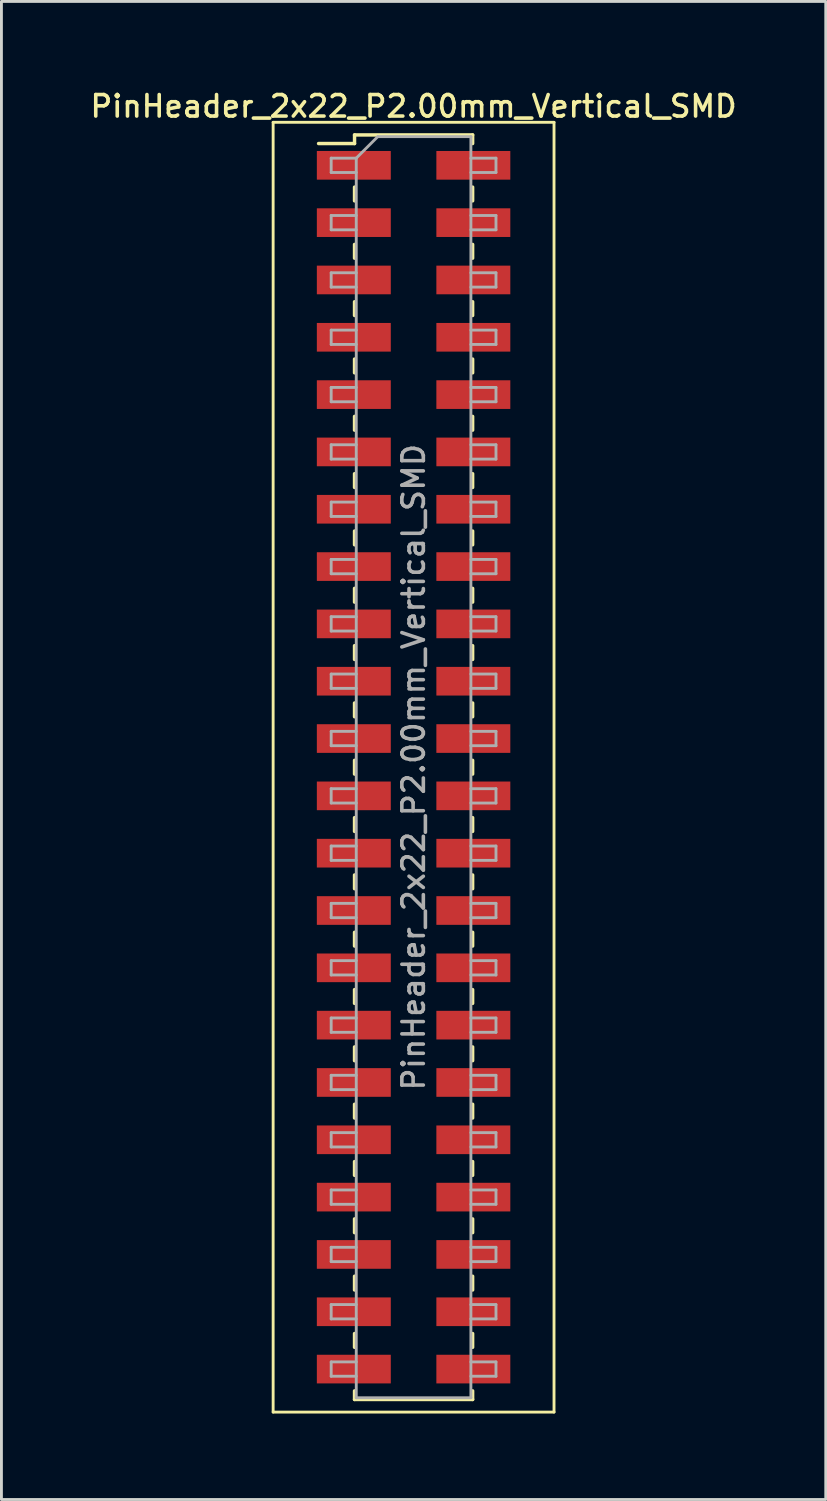
<source format=kicad_pcb>
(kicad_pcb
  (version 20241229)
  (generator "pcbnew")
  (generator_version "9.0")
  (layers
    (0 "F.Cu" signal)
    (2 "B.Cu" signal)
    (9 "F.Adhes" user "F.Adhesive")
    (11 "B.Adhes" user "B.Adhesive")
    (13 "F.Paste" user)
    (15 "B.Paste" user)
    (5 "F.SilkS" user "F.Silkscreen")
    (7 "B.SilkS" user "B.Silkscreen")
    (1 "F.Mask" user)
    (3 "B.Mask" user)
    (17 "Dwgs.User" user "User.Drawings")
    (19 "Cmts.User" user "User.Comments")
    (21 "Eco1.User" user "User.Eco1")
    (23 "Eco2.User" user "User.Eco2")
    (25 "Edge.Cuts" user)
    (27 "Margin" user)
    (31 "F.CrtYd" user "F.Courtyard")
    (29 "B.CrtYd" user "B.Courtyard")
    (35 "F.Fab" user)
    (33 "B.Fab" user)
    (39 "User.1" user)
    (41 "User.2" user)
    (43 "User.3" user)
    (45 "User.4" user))
  (footprint "PinHeader_2x22_P2.00mm_Vertical_SMD"
    (layer "F.Cu")
    (at 11.38 23.718)
    (property "Reference" "PinHeader_2x22_P2.00mm_Vertical_SMD" (at 0 -23.06 0) (layer "F.SilkS") (effects (font (size 0.75 0.75) (thickness 0.125))))
    (attr smd)
    (fp_line (start -4.9 -22.5) (end -4.9 22.5) (stroke (width 0.1) (type solid)) (layer "F.SilkS"))
    (fp_line (start -4.9 22.5) (end 4.9 22.5) (stroke (width 0.1) (type solid)) (layer "F.SilkS"))
    (fp_line (start -3.315 -21.76) (end -2.06 -21.76) (stroke (width 0.12) (type solid)) (layer "F.SilkS"))
    (fp_line (start -2.06 -22.06) (end -2.06 -21.76) (stroke (width 0.12) (type solid)) (layer "F.SilkS"))
    (fp_line (start -2.06 -22.06) (end 2.06 -22.06) (stroke (width 0.12) (type solid)) (layer "F.SilkS"))
    (fp_line (start -2.06 -20.24) (end -2.06 -19.76) (stroke (width 0.12) (type solid)) (layer "F.SilkS"))
    (fp_line (start -2.06 -18.24) (end -2.06 -17.76) (stroke (width 0.12) (type solid)) (layer "F.SilkS"))
    (fp_line (start -2.06 -16.24) (end -2.06 -15.76) (stroke (width 0.12) (type solid)) (layer "F.SilkS"))
    (fp_line (start -2.06 -14.24) (end -2.06 -13.76) (stroke (width 0.12) (type solid)) (layer "F.SilkS"))
    (fp_line (start -2.06 -12.24) (end -2.06 -11.76) (stroke (width 0.12) (type solid)) (layer "F.SilkS"))
    (fp_line (start -2.06 -10.24) (end -2.06 -9.76) (stroke (width 0.12) (type solid)) (layer "F.SilkS"))
    (fp_line (start -2.06 -8.24) (end -2.06 -7.76) (stroke (width 0.12) (type solid)) (layer "F.SilkS"))
    (fp_line (start -2.06 -6.24) (end -2.06 -5.76) (stroke (width 0.12) (type solid)) (layer "F.SilkS"))
    (fp_line (start -2.06 -4.24) (end -2.06 -3.76) (stroke (width 0.12) (type solid)) (layer "F.SilkS"))
    (fp_line (start -2.06 -2.24) (end -2.06 -1.76) (stroke (width 0.12) (type solid)) (layer "F.SilkS"))
    (fp_line (start -2.06 -0.24) (end -2.06 0.24) (stroke (width 0.12) (type solid)) (layer "F.SilkS"))
    (fp_line (start -2.06 1.76) (end -2.06 2.24) (stroke (width 0.12) (type solid)) (layer "F.SilkS"))
    (fp_line (start -2.06 3.76) (end -2.06 4.24) (stroke (width 0.12) (type solid)) (layer "F.SilkS"))
    (fp_line (start -2.06 5.76) (end -2.06 6.24) (stroke (width 0.12) (type solid)) (layer "F.SilkS"))
    (fp_line (start -2.06 7.76) (end -2.06 8.24) (stroke (width 0.12) (type solid)) (layer "F.SilkS"))
    (fp_line (start -2.06 9.76) (end -2.06 10.24) (stroke (width 0.12) (type solid)) (layer "F.SilkS"))
    (fp_line (start -2.06 11.76) (end -2.06 12.24) (stroke (width 0.12) (type solid)) (layer "F.SilkS"))
    (fp_line (start -2.06 13.76) (end -2.06 14.24) (stroke (width 0.12) (type solid)) (layer "F.SilkS"))
    (fp_line (start -2.06 15.76) (end -2.06 16.24) (stroke (width 0.12) (type solid)) (layer "F.SilkS"))
    (fp_line (start -2.06 17.76) (end -2.06 18.24) (stroke (width 0.12) (type solid)) (layer "F.SilkS"))
    (fp_line (start -2.06 19.76) (end -2.06 20.24) (stroke (width 0.12) (type solid)) (layer "F.SilkS"))
    (fp_line (start -2.06 21.76) (end -2.06 22.06) (stroke (width 0.12) (type solid)) (layer "F.SilkS"))
    (fp_line (start -2.06 22.06) (end 2.06 22.06) (stroke (width 0.12) (type solid)) (layer "F.SilkS"))
    (fp_line (start 2.06 -22.06) (end 2.06 -21.76) (stroke (width 0.12) (type solid)) (layer "F.SilkS"))
    (fp_line (start 2.06 -20.24) (end 2.06 -19.76) (stroke (width 0.12) (type solid)) (layer "F.SilkS"))
    (fp_line (start 2.06 -18.24) (end 2.06 -17.76) (stroke (width 0.12) (type solid)) (layer "F.SilkS"))
    (fp_line (start 2.06 -16.24) (end 2.06 -15.76) (stroke (width 0.12) (type solid)) (layer "F.SilkS"))
    (fp_line (start 2.06 -14.24) (end 2.06 -13.76) (stroke (width 0.12) (type solid)) (layer "F.SilkS"))
    (fp_line (start 2.06 -12.24) (end 2.06 -11.76) (stroke (width 0.12) (type solid)) (layer "F.SilkS"))
    (fp_line (start 2.06 -10.24) (end 2.06 -9.76) (stroke (width 0.12) (type solid)) (layer "F.SilkS"))
    (fp_line (start 2.06 -8.24) (end 2.06 -7.76) (stroke (width 0.12) (type solid)) (layer "F.SilkS"))
    (fp_line (start 2.06 -6.24) (end 2.06 -5.76) (stroke (width 0.12) (type solid)) (layer "F.SilkS"))
    (fp_line (start 2.06 -4.24) (end 2.06 -3.76) (stroke (width 0.12) (type solid)) (layer "F.SilkS"))
    (fp_line (start 2.06 -2.24) (end 2.06 -1.76) (stroke (width 0.12) (type solid)) (layer "F.SilkS"))
    (fp_line (start 2.06 -0.24) (end 2.06 0.24) (stroke (width 0.12) (type solid)) (layer "F.SilkS"))
    (fp_line (start 2.06 1.76) (end 2.06 2.24) (stroke (width 0.12) (type solid)) (layer "F.SilkS"))
    (fp_line (start 2.06 3.76) (end 2.06 4.24) (stroke (width 0.12) (type solid)) (layer "F.SilkS"))
    (fp_line (start 2.06 5.76) (end 2.06 6.24) (stroke (width 0.12) (type solid)) (layer "F.SilkS"))
    (fp_line (start 2.06 7.76) (end 2.06 8.24) (stroke (width 0.12) (type solid)) (layer "F.SilkS"))
    (fp_line (start 2.06 9.76) (end 2.06 10.24) (stroke (width 0.12) (type solid)) (layer "F.SilkS"))
    (fp_line (start 2.06 11.76) (end 2.06 12.24) (stroke (width 0.12) (type solid)) (layer "F.SilkS"))
    (fp_line (start 2.06 13.76) (end 2.06 14.24) (stroke (width 0.12) (type solid)) (layer "F.SilkS"))
    (fp_line (start 2.06 15.76) (end 2.06 16.24) (stroke (width 0.12) (type solid)) (layer "F.SilkS"))
    (fp_line (start 2.06 17.76) (end 2.06 18.24) (stroke (width 0.12) (type solid)) (layer "F.SilkS"))
    (fp_line (start 2.06 19.76) (end 2.06 20.24) (stroke (width 0.12) (type solid)) (layer "F.SilkS"))
    (fp_line (start 2.06 21.76) (end 2.06 22.06) (stroke (width 0.12) (type solid)) (layer "F.SilkS"))
    (fp_line (start 4.9 -22.5) (end -4.9 -22.5) (stroke (width 0.1) (type solid)) (layer "F.SilkS"))
    (fp_line (start 4.9 22.5) (end 4.9 -22.5) (stroke (width 0.1) (type solid)) (layer "F.SilkS"))
    (fp_line (start -2.875 -21.25) (end -2.875 -20.75) (stroke (width 0.1) (type solid)) (layer "F.Fab"))
    (fp_line (start -2.875 -20.75) (end -2 -20.75) (stroke (width 0.1) (type solid)) (layer "F.Fab"))
    (fp_line (start -2.875 -19.25) (end -2.875 -18.75) (stroke (width 0.1) (type solid)) (layer "F.Fab"))
    (fp_line (start -2.875 -18.75) (end -2 -18.75) (stroke (width 0.1) (type solid)) (layer "F.Fab"))
    (fp_line (start -2.875 -17.25) (end -2.875 -16.75) (stroke (width 0.1) (type solid)) (layer "F.Fab"))
    (fp_line (start -2.875 -16.75) (end -2 -16.75) (stroke (width 0.1) (type solid)) (layer "F.Fab"))
    (fp_line (start -2.875 -15.25) (end -2.875 -14.75) (stroke (width 0.1) (type solid)) (layer "F.Fab"))
    (fp_line (start -2.875 -14.75) (end -2 -14.75) (stroke (width 0.1) (type solid)) (layer "F.Fab"))
    (fp_line (start -2.875 -13.25) (end -2.875 -12.75) (stroke (width 0.1) (type solid)) (layer "F.Fab"))
    (fp_line (start -2.875 -12.75) (end -2 -12.75) (stroke (width 0.1) (type solid)) (layer "F.Fab"))
    (fp_line (start -2.875 -11.25) (end -2.875 -10.75) (stroke (width 0.1) (type solid)) (layer "F.Fab"))
    (fp_line (start -2.875 -10.75) (end -2 -10.75) (stroke (width 0.1) (type solid)) (layer "F.Fab"))
    (fp_line (start -2.875 -9.25) (end -2.875 -8.75) (stroke (width 0.1) (type solid)) (layer "F.Fab"))
    (fp_line (start -2.875 -8.75) (end -2 -8.75) (stroke (width 0.1) (type solid)) (layer "F.Fab"))
    (fp_line (start -2.875 -7.25) (end -2.875 -6.75) (stroke (width 0.1) (type solid)) (layer "F.Fab"))
    (fp_line (start -2.875 -6.75) (end -2 -6.75) (stroke (width 0.1) (type solid)) (layer "F.Fab"))
    (fp_line (start -2.875 -5.25) (end -2.875 -4.75) (stroke (width 0.1) (type solid)) (layer "F.Fab"))
    (fp_line (start -2.875 -4.75) (end -2 -4.75) (stroke (width 0.1) (type solid)) (layer "F.Fab"))
    (fp_line (start -2.875 -3.25) (end -2.875 -2.75) (stroke (width 0.1) (type solid)) (layer "F.Fab"))
    (fp_line (start -2.875 -2.75) (end -2 -2.75) (stroke (width 0.1) (type solid)) (layer "F.Fab"))
    (fp_line (start -2.875 -1.25) (end -2.875 -0.75) (stroke (width 0.1) (type solid)) (layer "F.Fab"))
    (fp_line (start -2.875 -0.75) (end -2 -0.75) (stroke (width 0.1) (type solid)) (layer "F.Fab"))
    (fp_line (start -2.875 0.75) (end -2.875 1.25) (stroke (width 0.1) (type solid)) (layer "F.Fab"))
    (fp_line (start -2.875 1.25) (end -2 1.25) (stroke (width 0.1) (type solid)) (layer "F.Fab"))
    (fp_line (start -2.875 2.75) (end -2.875 3.25) (stroke (width 0.1) (type solid)) (layer "F.Fab"))
    (fp_line (start -2.875 3.25) (end -2 3.25) (stroke (width 0.1) (type solid)) (layer "F.Fab"))
    (fp_line (start -2.875 4.75) (end -2.875 5.25) (stroke (width 0.1) (type solid)) (layer "F.Fab"))
    (fp_line (start -2.875 5.25) (end -2 5.25) (stroke (width 0.1) (type solid)) (layer "F.Fab"))
    (fp_line (start -2.875 6.75) (end -2.875 7.25) (stroke (width 0.1) (type solid)) (layer "F.Fab"))
    (fp_line (start -2.875 7.25) (end -2 7.25) (stroke (width 0.1) (type solid)) (layer "F.Fab"))
    (fp_line (start -2.875 8.75) (end -2.875 9.25) (stroke (width 0.1) (type solid)) (layer "F.Fab"))
    (fp_line (start -2.875 9.25) (end -2 9.25) (stroke (width 0.1) (type solid)) (layer "F.Fab"))
    (fp_line (start -2.875 10.75) (end -2.875 11.25) (stroke (width 0.1) (type solid)) (layer "F.Fab"))
    (fp_line (start -2.875 11.25) (end -2 11.25) (stroke (width 0.1) (type solid)) (layer "F.Fab"))
    (fp_line (start -2.875 12.75) (end -2.875 13.25) (stroke (width 0.1) (type solid)) (layer "F.Fab"))
    (fp_line (start -2.875 13.25) (end -2 13.25) (stroke (width 0.1) (type solid)) (layer "F.Fab"))
    (fp_line (start -2.875 14.75) (end -2.875 15.25) (stroke (width 0.1) (type solid)) (layer "F.Fab"))
    (fp_line (start -2.875 15.25) (end -2 15.25) (stroke (width 0.1) (type solid)) (layer "F.Fab"))
    (fp_line (start -2.875 16.75) (end -2.875 17.25) (stroke (width 0.1) (type solid)) (layer "F.Fab"))
    (fp_line (start -2.875 17.25) (end -2 17.25) (stroke (width 0.1) (type solid)) (layer "F.Fab"))
    (fp_line (start -2.875 18.75) (end -2.875 19.25) (stroke (width 0.1) (type solid)) (layer "F.Fab"))
    (fp_line (start -2.875 19.25) (end -2 19.25) (stroke (width 0.1) (type solid)) (layer "F.Fab"))
    (fp_line (start -2.875 20.75) (end -2.875 21.25) (stroke (width 0.1) (type solid)) (layer "F.Fab"))
    (fp_line (start -2.875 21.25) (end -2 21.25) (stroke (width 0.1) (type solid)) (layer "F.Fab"))
    (fp_line (start -2 -21.25) (end -2.875 -21.25) (stroke (width 0.1) (type solid)) (layer "F.Fab"))
    (fp_line (start -2 -21.25) (end -1.25 -22) (stroke (width 0.1) (type solid)) (layer "F.Fab"))
    (fp_line (start -2 -19.25) (end -2.875 -19.25) (stroke (width 0.1) (type solid)) (layer "F.Fab"))
    (fp_line (start -2 -17.25) (end -2.875 -17.25) (stroke (width 0.1) (type solid)) (layer "F.Fab"))
    (fp_line (start -2 -15.25) (end -2.875 -15.25) (stroke (width 0.1) (type solid)) (layer "F.Fab"))
    (fp_line (start -2 -13.25) (end -2.875 -13.25) (stroke (width 0.1) (type solid)) (layer "F.Fab"))
    (fp_line (start -2 -11.25) (end -2.875 -11.25) (stroke (width 0.1) (type solid)) (layer "F.Fab"))
    (fp_line (start -2 -9.25) (end -2.875 -9.25) (stroke (width 0.1) (type solid)) (layer "F.Fab"))
    (fp_line (start -2 -7.25) (end -2.875 -7.25) (stroke (width 0.1) (type solid)) (layer "F.Fab"))
    (fp_line (start -2 -5.25) (end -2.875 -5.25) (stroke (width 0.1) (type solid)) (layer "F.Fab"))
    (fp_line (start -2 -3.25) (end -2.875 -3.25) (stroke (width 0.1) (type solid)) (layer "F.Fab"))
    (fp_line (start -2 -1.25) (end -2.875 -1.25) (stroke (width 0.1) (type solid)) (layer "F.Fab"))
    (fp_line (start -2 0.75) (end -2.875 0.75) (stroke (width 0.1) (type solid)) (layer "F.Fab"))
    (fp_line (start -2 2.75) (end -2.875 2.75) (stroke (width 0.1) (type solid)) (layer "F.Fab"))
    (fp_line (start -2 4.75) (end -2.875 4.75) (stroke (width 0.1) (type solid)) (layer "F.Fab"))
    (fp_line (start -2 6.75) (end -2.875 6.75) (stroke (width 0.1) (type solid)) (layer "F.Fab"))
    (fp_line (start -2 8.75) (end -2.875 8.75) (stroke (width 0.1) (type solid)) (layer "F.Fab"))
    (fp_line (start -2 10.75) (end -2.875 10.75) (stroke (width 0.1) (type solid)) (layer "F.Fab"))
    (fp_line (start -2 12.75) (end -2.875 12.75) (stroke (width 0.1) (type solid)) (layer "F.Fab"))
    (fp_line (start -2 14.75) (end -2.875 14.75) (stroke (width 0.1) (type solid)) (layer "F.Fab"))
    (fp_line (start -2 16.75) (end -2.875 16.75) (stroke (width 0.1) (type solid)) (layer "F.Fab"))
    (fp_line (start -2 18.75) (end -2.875 18.75) (stroke (width 0.1) (type solid)) (layer "F.Fab"))
    (fp_line (start -2 20.75) (end -2.875 20.75) (stroke (width 0.1) (type solid)) (layer "F.Fab"))
    (fp_line (start -2 22) (end -2 -21.25) (stroke (width 0.1) (type solid)) (layer "F.Fab"))
    (fp_line (start -1.25 -22) (end 2 -22) (stroke (width 0.1) (type solid)) (layer "F.Fab"))
    (fp_line (start 2 -22) (end 2 22) (stroke (width 0.1) (type solid)) (layer "F.Fab"))
    (fp_line (start 2 -21.25) (end 2.875 -21.25) (stroke (width 0.1) (type solid)) (layer "F.Fab"))
    (fp_line (start 2 -19.25) (end 2.875 -19.25) (stroke (width 0.1) (type solid)) (layer "F.Fab"))
    (fp_line (start 2 -17.25) (end 2.875 -17.25) (stroke (width 0.1) (type solid)) (layer "F.Fab"))
    (fp_line (start 2 -15.25) (end 2.875 -15.25) (stroke (width 0.1) (type solid)) (layer "F.Fab"))
    (fp_line (start 2 -13.25) (end 2.875 -13.25) (stroke (width 0.1) (type solid)) (layer "F.Fab"))
    (fp_line (start 2 -11.25) (end 2.875 -11.25) (stroke (width 0.1) (type solid)) (layer "F.Fab"))
    (fp_line (start 2 -9.25) (end 2.875 -9.25) (stroke (width 0.1) (type solid)) (layer "F.Fab"))
    (fp_line (start 2 -7.25) (end 2.875 -7.25) (stroke (width 0.1) (type solid)) (layer "F.Fab"))
    (fp_line (start 2 -5.25) (end 2.875 -5.25) (stroke (width 0.1) (type solid)) (layer "F.Fab"))
    (fp_line (start 2 -3.25) (end 2.875 -3.25) (stroke (width 0.1) (type solid)) (layer "F.Fab"))
    (fp_line (start 2 -1.25) (end 2.875 -1.25) (stroke (width 0.1) (type solid)) (layer "F.Fab"))
    (fp_line (start 2 0.75) (end 2.875 0.75) (stroke (width 0.1) (type solid)) (layer "F.Fab"))
    (fp_line (start 2 2.75) (end 2.875 2.75) (stroke (width 0.1) (type solid)) (layer "F.Fab"))
    (fp_line (start 2 4.75) (end 2.875 4.75) (stroke (width 0.1) (type solid)) (layer "F.Fab"))
    (fp_line (start 2 6.75) (end 2.875 6.75) (stroke (width 0.1) (type solid)) (layer "F.Fab"))
    (fp_line (start 2 8.75) (end 2.875 8.75) (stroke (width 0.1) (type solid)) (layer "F.Fab"))
    (fp_line (start 2 10.75) (end 2.875 10.75) (stroke (width 0.1) (type solid)) (layer "F.Fab"))
    (fp_line (start 2 12.75) (end 2.875 12.75) (stroke (width 0.1) (type solid)) (layer "F.Fab"))
    (fp_line (start 2 14.75) (end 2.875 14.75) (stroke (width 0.1) (type solid)) (layer "F.Fab"))
    (fp_line (start 2 16.75) (end 2.875 16.75) (stroke (width 0.1) (type solid)) (layer "F.Fab"))
    (fp_line (start 2 18.75) (end 2.875 18.75) (stroke (width 0.1) (type solid)) (layer "F.Fab"))
    (fp_line (start 2 20.75) (end 2.875 20.75) (stroke (width 0.1) (type solid)) (layer "F.Fab"))
    (fp_line (start 2 22) (end -2 22) (stroke (width 0.1) (type solid)) (layer "F.Fab"))
    (fp_line (start 2.875 -21.25) (end 2.875 -20.75) (stroke (width 0.1) (type solid)) (layer "F.Fab"))
    (fp_line (start 2.875 -20.75) (end 2 -20.75) (stroke (width 0.1) (type solid)) (layer "F.Fab"))
    (fp_line (start 2.875 -19.25) (end 2.875 -18.75) (stroke (width 0.1) (type solid)) (layer "F.Fab"))
    (fp_line (start 2.875 -18.75) (end 2 -18.75) (stroke (width 0.1) (type solid)) (layer "F.Fab"))
    (fp_line (start 2.875 -17.25) (end 2.875 -16.75) (stroke (width 0.1) (type solid)) (layer "F.Fab"))
    (fp_line (start 2.875 -16.75) (end 2 -16.75) (stroke (width 0.1) (type solid)) (layer "F.Fab"))
    (fp_line (start 2.875 -15.25) (end 2.875 -14.75) (stroke (width 0.1) (type solid)) (layer "F.Fab"))
    (fp_line (start 2.875 -14.75) (end 2 -14.75) (stroke (width 0.1) (type solid)) (layer "F.Fab"))
    (fp_line (start 2.875 -13.25) (end 2.875 -12.75) (stroke (width 0.1) (type solid)) (layer "F.Fab"))
    (fp_line (start 2.875 -12.75) (end 2 -12.75) (stroke (width 0.1) (type solid)) (layer "F.Fab"))
    (fp_line (start 2.875 -11.25) (end 2.875 -10.75) (stroke (width 0.1) (type solid)) (layer "F.Fab"))
    (fp_line (start 2.875 -10.75) (end 2 -10.75) (stroke (width 0.1) (type solid)) (layer "F.Fab"))
    (fp_line (start 2.875 -9.25) (end 2.875 -8.75) (stroke (width 0.1) (type solid)) (layer "F.Fab"))
    (fp_line (start 2.875 -8.75) (end 2 -8.75) (stroke (width 0.1) (type solid)) (layer "F.Fab"))
    (fp_line (start 2.875 -7.25) (end 2.875 -6.75) (stroke (width 0.1) (type solid)) (layer "F.Fab"))
    (fp_line (start 2.875 -6.75) (end 2 -6.75) (stroke (width 0.1) (type solid)) (layer "F.Fab"))
    (fp_line (start 2.875 -5.25) (end 2.875 -4.75) (stroke (width 0.1) (type solid)) (layer "F.Fab"))
    (fp_line (start 2.875 -4.75) (end 2 -4.75) (stroke (width 0.1) (type solid)) (layer "F.Fab"))
    (fp_line (start 2.875 -3.25) (end 2.875 -2.75) (stroke (width 0.1) (type solid)) (layer "F.Fab"))
    (fp_line (start 2.875 -2.75) (end 2 -2.75) (stroke (width 0.1) (type solid)) (layer "F.Fab"))
    (fp_line (start 2.875 -1.25) (end 2.875 -0.75) (stroke (width 0.1) (type solid)) (layer "F.Fab"))
    (fp_line (start 2.875 -0.75) (end 2 -0.75) (stroke (width 0.1) (type solid)) (layer "F.Fab"))
    (fp_line (start 2.875 0.75) (end 2.875 1.25) (stroke (width 0.1) (type solid)) (layer "F.Fab"))
    (fp_line (start 2.875 1.25) (end 2 1.25) (stroke (width 0.1) (type solid)) (layer "F.Fab"))
    (fp_line (start 2.875 2.75) (end 2.875 3.25) (stroke (width 0.1) (type solid)) (layer "F.Fab"))
    (fp_line (start 2.875 3.25) (end 2 3.25) (stroke (width 0.1) (type solid)) (layer "F.Fab"))
    (fp_line (start 2.875 4.75) (end 2.875 5.25) (stroke (width 0.1) (type solid)) (layer "F.Fab"))
    (fp_line (start 2.875 5.25) (end 2 5.25) (stroke (width 0.1) (type solid)) (layer "F.Fab"))
    (fp_line (start 2.875 6.75) (end 2.875 7.25) (stroke (width 0.1) (type solid)) (layer "F.Fab"))
    (fp_line (start 2.875 7.25) (end 2 7.25) (stroke (width 0.1) (type solid)) (layer "F.Fab"))
    (fp_line (start 2.875 8.75) (end 2.875 9.25) (stroke (width 0.1) (type solid)) (layer "F.Fab"))
    (fp_line (start 2.875 9.25) (end 2 9.25) (stroke (width 0.1) (type solid)) (layer "F.Fab"))
    (fp_line (start 2.875 10.75) (end 2.875 11.25) (stroke (width 0.1) (type solid)) (layer "F.Fab"))
    (fp_line (start 2.875 11.25) (end 2 11.25) (stroke (width 0.1) (type solid)) (layer "F.Fab"))
    (fp_line (start 2.875 12.75) (end 2.875 13.25) (stroke (width 0.1) (type solid)) (layer "F.Fab"))
    (fp_line (start 2.875 13.25) (end 2 13.25) (stroke (width 0.1) (type solid)) (layer "F.Fab"))
    (fp_line (start 2.875 14.75) (end 2.875 15.25) (stroke (width 0.1) (type solid)) (layer "F.Fab"))
    (fp_line (start 2.875 15.25) (end 2 15.25) (stroke (width 0.1) (type solid)) (layer "F.Fab"))
    (fp_line (start 2.875 16.75) (end 2.875 17.25) (stroke (width 0.1) (type solid)) (layer "F.Fab"))
    (fp_line (start 2.875 17.25) (end 2 17.25) (stroke (width 0.1) (type solid)) (layer "F.Fab"))
    (fp_line (start 2.875 18.75) (end 2.875 19.25) (stroke (width 0.1) (type solid)) (layer "F.Fab"))
    (fp_line (start 2.875 19.25) (end 2 19.25) (stroke (width 0.1) (type solid)) (layer "F.Fab"))
    (fp_line (start 2.875 20.75) (end 2.875 21.25) (stroke (width 0.1) (type solid)) (layer "F.Fab"))
    (fp_line (start 2.875 21.25) (end 2 21.25) (stroke (width 0.1) (type solid)) (layer "F.Fab"))
    (fp_text user "${REFERENCE}" (at 0 0 90) (layer "F.Fab") (effects (font (size 0.75 0.75) (thickness 0.125))))
    (pad "1" smd rect (at -2.085 -21) (size 2.58 1) (layers "F.Cu" "F.Mask" "F.Paste"))
    (pad "2" smd rect (at 2.085 -21) (size 2.58 1) (layers "F.Cu" "F.Mask" "F.Paste"))
    (pad "3" smd rect (at -2.085 -19) (size 2.58 1) (layers "F.Cu" "F.Mask" "F.Paste"))
    (pad "4" smd rect (at 2.085 -19) (size 2.58 1) (layers "F.Cu" "F.Mask" "F.Paste"))
    (pad "5" smd rect (at -2.085 -17) (size 2.58 1) (layers "F.Cu" "F.Mask" "F.Paste"))
    (pad "6" smd rect (at 2.085 -17) (size 2.58 1) (layers "F.Cu" "F.Mask" "F.Paste"))
    (pad "7" smd rect (at -2.085 -15) (size 2.58 1) (layers "F.Cu" "F.Mask" "F.Paste"))
    (pad "8" smd rect (at 2.085 -15) (size 2.58 1) (layers "F.Cu" "F.Mask" "F.Paste"))
    (pad "9" smd rect (at -2.085 -13) (size 2.58 1) (layers "F.Cu" "F.Mask" "F.Paste"))
    (pad "10" smd rect (at 2.085 -13) (size 2.58 1) (layers "F.Cu" "F.Mask" "F.Paste"))
    (pad "11" smd rect (at -2.085 -11) (size 2.58 1) (layers "F.Cu" "F.Mask" "F.Paste"))
    (pad "12" smd rect (at 2.085 -11) (size 2.58 1) (layers "F.Cu" "F.Mask" "F.Paste"))
    (pad "13" smd rect (at -2.085 -9) (size 2.58 1) (layers "F.Cu" "F.Mask" "F.Paste"))
    (pad "14" smd rect (at 2.085 -9) (size 2.58 1) (layers "F.Cu" "F.Mask" "F.Paste"))
    (pad "15" smd rect (at -2.085 -7) (size 2.58 1) (layers "F.Cu" "F.Mask" "F.Paste"))
    (pad "16" smd rect (at 2.085 -7) (size 2.58 1) (layers "F.Cu" "F.Mask" "F.Paste"))
    (pad "17" smd rect (at -2.085 -5) (size 2.58 1) (layers "F.Cu" "F.Mask" "F.Paste"))
    (pad "18" smd rect (at 2.085 -5) (size 2.58 1) (layers "F.Cu" "F.Mask" "F.Paste"))
    (pad "19" smd rect (at -2.085 -3) (size 2.58 1) (layers "F.Cu" "F.Mask" "F.Paste"))
    (pad "20" smd rect (at 2.085 -3) (size 2.58 1) (layers "F.Cu" "F.Mask" "F.Paste"))
    (pad "21" smd rect (at -2.085 -1) (size 2.58 1) (layers "F.Cu" "F.Mask" "F.Paste"))
    (pad "22" smd rect (at 2.085 -1) (size 2.58 1) (layers "F.Cu" "F.Mask" "F.Paste"))
    (pad "23" smd rect (at -2.085 1) (size 2.58 1) (layers "F.Cu" "F.Mask" "F.Paste"))
    (pad "24" smd rect (at 2.085 1) (size 2.58 1) (layers "F.Cu" "F.Mask" "F.Paste"))
    (pad "25" smd rect (at -2.085 3) (size 2.58 1) (layers "F.Cu" "F.Mask" "F.Paste"))
    (pad "26" smd rect (at 2.085 3) (size 2.58 1) (layers "F.Cu" "F.Mask" "F.Paste"))
    (pad "27" smd rect (at -2.085 5) (size 2.58 1) (layers "F.Cu" "F.Mask" "F.Paste"))
    (pad "28" smd rect (at 2.085 5) (size 2.58 1) (layers "F.Cu" "F.Mask" "F.Paste"))
    (pad "29" smd rect (at -2.085 7) (size 2.58 1) (layers "F.Cu" "F.Mask" "F.Paste"))
    (pad "30" smd rect (at 2.085 7) (size 2.58 1) (layers "F.Cu" "F.Mask" "F.Paste"))
    (pad "31" smd rect (at -2.085 9) (size 2.58 1) (layers "F.Cu" "F.Mask" "F.Paste"))
    (pad "32" smd rect (at 2.085 9) (size 2.58 1) (layers "F.Cu" "F.Mask" "F.Paste"))
    (pad "33" smd rect (at -2.085 11) (size 2.58 1) (layers "F.Cu" "F.Mask" "F.Paste"))
    (pad "34" smd rect (at 2.085 11) (size 2.58 1) (layers "F.Cu" "F.Mask" "F.Paste"))
    (pad "35" smd rect (at -2.085 13) (size 2.58 1) (layers "F.Cu" "F.Mask" "F.Paste"))
    (pad "36" smd rect (at 2.085 13) (size 2.58 1) (layers "F.Cu" "F.Mask" "F.Paste"))
    (pad "37" smd rect (at -2.085 15) (size 2.58 1) (layers "F.Cu" "F.Mask" "F.Paste"))
    (pad "38" smd rect (at 2.085 15) (size 2.58 1) (layers "F.Cu" "F.Mask" "F.Paste"))
    (pad "39" smd rect (at -2.085 17) (size 2.58 1) (layers "F.Cu" "F.Mask" "F.Paste"))
    (pad "40" smd rect (at 2.085 17) (size 2.58 1) (layers "F.Cu" "F.Mask" "F.Paste"))
    (pad "41" smd rect (at -2.085 19) (size 2.58 1) (layers "F.Cu" "F.Mask" "F.Paste"))
    (pad "42" smd rect (at 2.085 19) (size 2.58 1) (layers "F.Cu" "F.Mask" "F.Paste"))
    (pad "43" smd rect (at -2.085 21) (size 2.58 1) (layers "F.Cu" "F.Mask" "F.Paste"))
    (pad "44" smd rect (at 2.085 21) (size 2.58 1) (layers "F.Cu" "F.Mask" "F.Paste")))
  (gr_rect
    (start -3 -3)
    (end 25.761 49.268)
    (stroke (width 0.1) (type default))
    (fill no)
    (layer "Edge.Cuts")))
</source>
